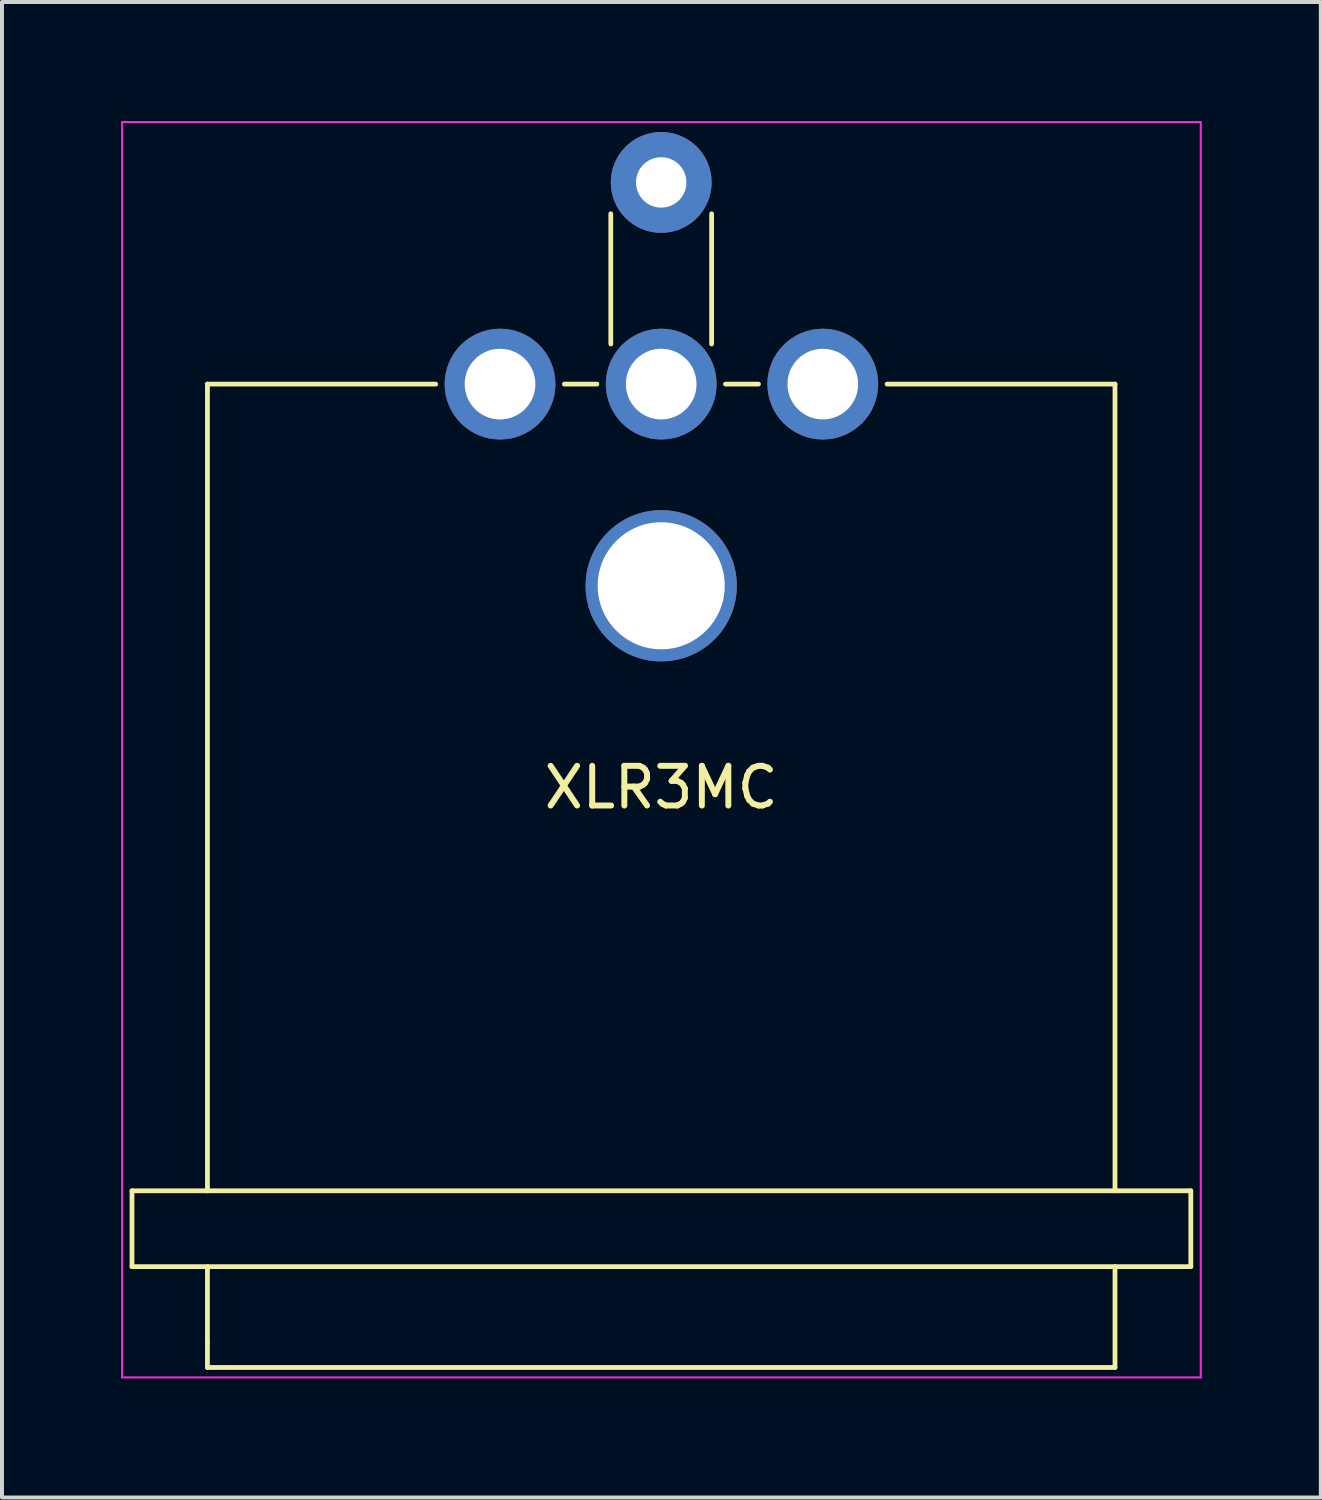
<source format=kicad_pcb>
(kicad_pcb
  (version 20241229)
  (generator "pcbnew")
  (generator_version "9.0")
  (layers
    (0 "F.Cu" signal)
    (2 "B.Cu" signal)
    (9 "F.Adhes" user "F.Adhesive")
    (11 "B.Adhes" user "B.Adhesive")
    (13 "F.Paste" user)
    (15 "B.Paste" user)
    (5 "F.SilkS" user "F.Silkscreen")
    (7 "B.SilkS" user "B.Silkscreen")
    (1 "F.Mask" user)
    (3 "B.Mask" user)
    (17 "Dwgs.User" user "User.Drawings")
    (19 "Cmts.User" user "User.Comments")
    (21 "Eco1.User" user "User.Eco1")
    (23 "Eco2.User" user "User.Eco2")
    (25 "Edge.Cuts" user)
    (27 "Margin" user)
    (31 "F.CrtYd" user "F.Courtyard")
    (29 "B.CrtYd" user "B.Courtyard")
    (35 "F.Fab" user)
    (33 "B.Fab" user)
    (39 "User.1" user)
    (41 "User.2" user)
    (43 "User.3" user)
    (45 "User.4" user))
  (footprint "XLR3MC"
    (layer "F.Cu")
    (at 9.545 6.625)
    (property "Reference" "XLR3MC" (at 4.06 10.16 0) (layer "F.SilkS") (effects (font (size 1 1) (thickness 0.15))))
    (attr through_hole)
    (fp_line (start -9.27 20.32) (end -9.27 22.23) (stroke (width 0.12) (type solid)) (layer "F.SilkS"))
    (fp_line (start -9.27 22.23) (end 17.4 22.23) (stroke (width 0.12) (type solid)) (layer "F.SilkS"))
    (fp_line (start -7.37 0) (end -7.37 20.32) (stroke (width 0.12) (type solid)) (layer "F.SilkS"))
    (fp_line (start -7.37 0) (end -1.62 0) (stroke (width 0.12) (type solid)) (layer "F.SilkS"))
    (fp_line (start -7.37 22.23) (end -7.37 24.13) (stroke (width 0.12) (type solid)) (layer "F.SilkS"))
    (fp_line (start -7.37 24.13) (end -7.37 24.77) (stroke (width 0.12) (type solid)) (layer "F.SilkS"))
    (fp_line (start -7.37 24.77) (end 15.49 24.77) (stroke (width 0.12) (type solid)) (layer "F.SilkS"))
    (fp_line (start 1.62 0) (end 2.44 0) (stroke (width 0.12) (type solid)) (layer "F.SilkS"))
    (fp_line (start 2.79 -4.29) (end 2.79 -1.01) (stroke (width 0.12) (type solid)) (layer "F.SilkS"))
    (fp_line (start 5.33 -4.29) (end 5.33 -1.01) (stroke (width 0.12) (type solid)) (layer "F.SilkS"))
    (fp_line (start 5.68 0) (end 6.51 0) (stroke (width 0.12) (type solid)) (layer "F.SilkS"))
    (fp_line (start 9.75 0) (end 15.49 0) (stroke (width 0.12) (type solid)) (layer "F.SilkS"))
    (fp_line (start 15.49 0) (end 15.49 20.32) (stroke (width 0.12) (type solid)) (layer "F.SilkS"))
    (fp_line (start 15.49 24.77) (end 15.49 22.23) (stroke (width 0.12) (type solid)) (layer "F.SilkS"))
    (fp_line (start 17.4 20.32) (end -9.27 20.32) (stroke (width 0.12) (type solid)) (layer "F.SilkS"))
    (fp_line (start 17.4 22.23) (end 17.4 20.32) (stroke (width 0.12) (type solid)) (layer "F.SilkS"))
    (fp_line (start -9.52 -6.6) (end -9.52 25.02) (stroke (width 0.05) (type solid)) (layer "F.CrtYd"))
    (fp_line (start -9.52 -6.6) (end 17.65 -6.6) (stroke (width 0.05) (type solid)) (layer "F.CrtYd"))
    (fp_line (start 17.65 25.02) (end -9.52 25.02) (stroke (width 0.05) (type solid)) (layer "F.CrtYd"))
    (fp_line (start 17.65 25.02) (end 17.65 -6.6) (stroke (width 0.05) (type solid)) (layer "F.CrtYd"))
    (pad "" thru_hole circle (at 4.06 5.08) (size 3.81 3.81) (drill 3.2) (layers "*.Cu" "*.Mask"))
    (pad "1" thru_hole circle (at 0 0) (size 2.79 2.79) (drill 1.78) (layers "*.Cu" "*.Mask"))
    (pad "2" thru_hole circle (at 8.13 0) (size 2.79 2.79) (drill 1.78) (layers "*.Cu" "*.Mask"))
    (pad "3" thru_hole circle (at 4.06 0) (size 2.79 2.79) (drill 1.78) (layers "*.Cu" "*.Mask"))
    (pad "4" thru_hole circle (at 4.06 -5.08) (size 2.54 2.54) (drill 1.27) (layers "*.Cu" "*.Mask")))
  (gr_rect
    (start -3 -3)
    (end 30.22 34.67)
    (stroke (width 0.1) (type default))
    (fill no)
    (layer "Edge.Cuts")))
</source>
